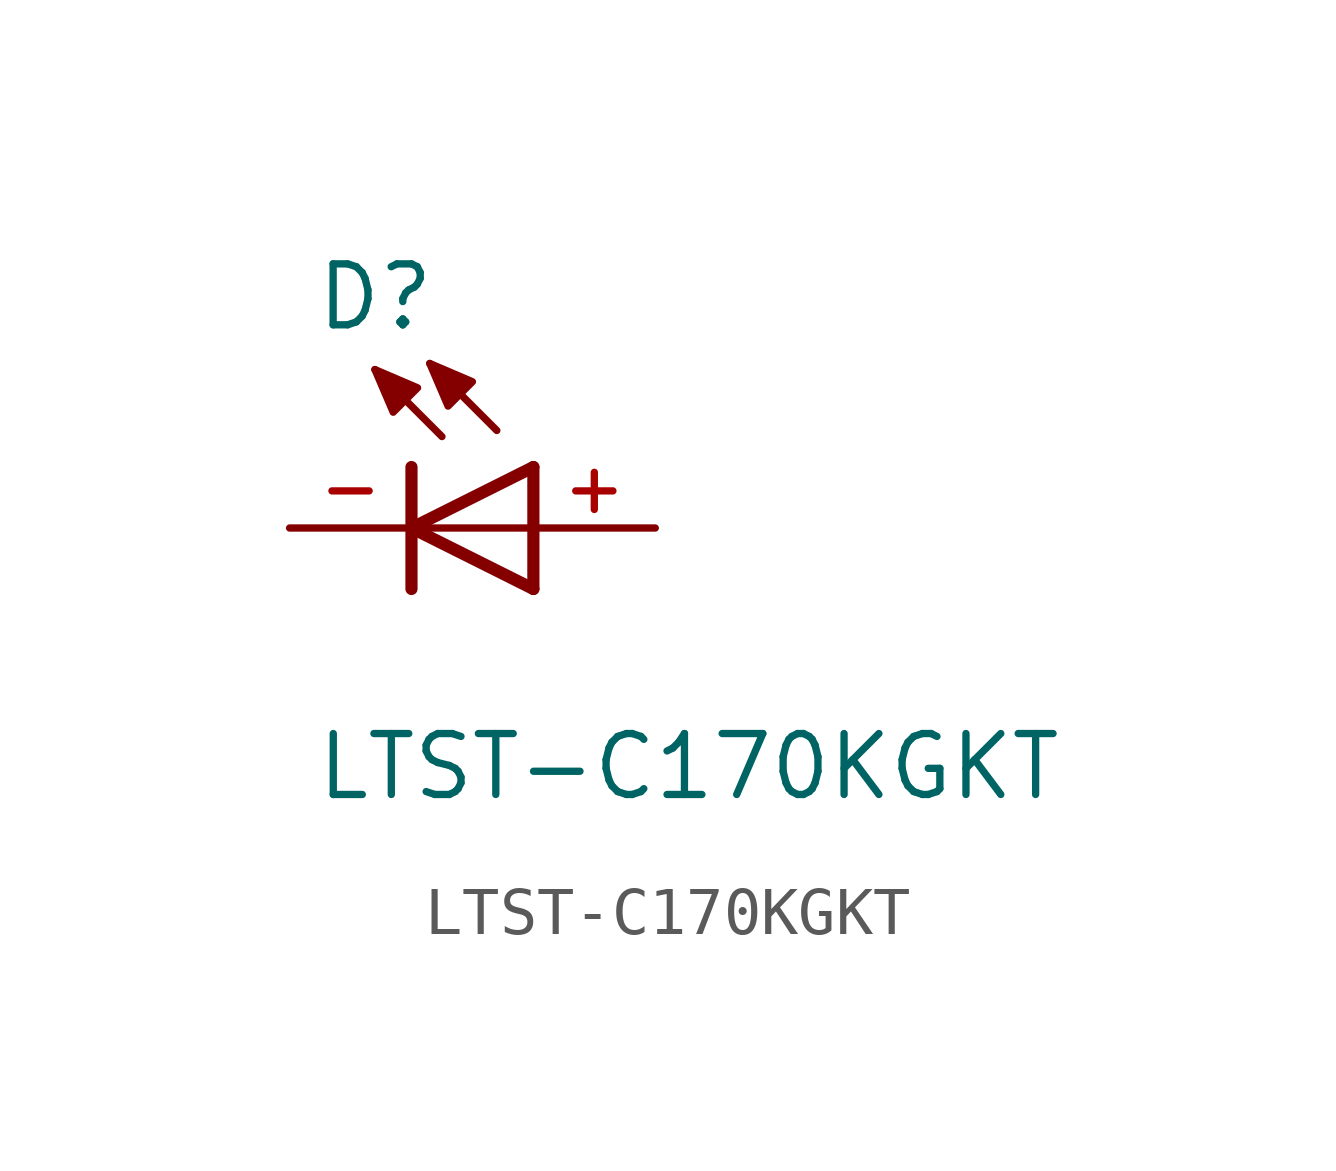
<source format=kicad_sym>
(kicad_symbol_lib
  (version 20211014)
  (generator kicad_symbol_editor)
  (symbol "LTST-C170KGKT"
    (pin_names
      (offset 1.016))
    (property "Reference" "D"
      (at -2.035 4.071 0)
      (effects (font (size 1.27 1.27)) (justify bottom left)))
    (property "Value" "LTST-C170KGKT"
      (at -2.032 -5.716 0)
      (effects (font (size 1.27 1.27)) (justify bottom left)))
    (symbol "LTST-C170KGKT_0_0"
      (polyline (pts (xy 2.54 -1.27) (xy 0.0 0.0)) (stroke (width 0.254)))
      (polyline (pts (xy 0.0 0.0) (xy 2.54 1.27)) (stroke (width 0.254)))
      (polyline (pts (xy 0.0 -1.27) (xy 0.0 0.0)) (stroke (width 0.254)))
      (polyline (pts (xy 0.0 0.0) (xy 0.0 1.27)) (stroke (width 0.254)))
      (polyline (pts (xy 2.54 -1.27) (xy 2.54 0.0)) (stroke (width 0.254)))
      (polyline (pts (xy 2.54 0.0) (xy 2.54 1.27)) (stroke (width 0.254)))
      (polyline (pts (xy 2.54 0.0) (xy 0.0 0.0)) (stroke (width 0.152)))
      (polyline (pts (xy 1.778 2.032) (xy 0.381 3.429)) (stroke (width 0.152)))
      (polyline (pts (xy 0.635 1.905) (xy -0.762 3.302)) (stroke (width 0.152)))
      (polyline (pts (xy 0.381 3.429) (xy 1.27 3.048) (xy 0.762 2.54) (xy 0.381 3.429)) (stroke (width 0.152)) (fill (type outline)))
      (polyline (pts (xy -0.762 3.302) (xy 0.127 2.921) (xy -0.381 2.413) (xy -0.762 3.302)) (stroke (width 0.152)) (fill (type outline)))
      (pin passive line (at -2.54 0.0 0) (length 2.54) (name "~" (effects (font (size 1.016 1.016)))) (number "-" (effects (font (size 1.016 1.016)))))
      (pin passive line (at 5.08 0.0 180.0) (length 2.54) (name "~" (effects (font (size 1.016 1.016)))) (number "+" (effects (font (size 1.016 1.016))))))))
</source>
